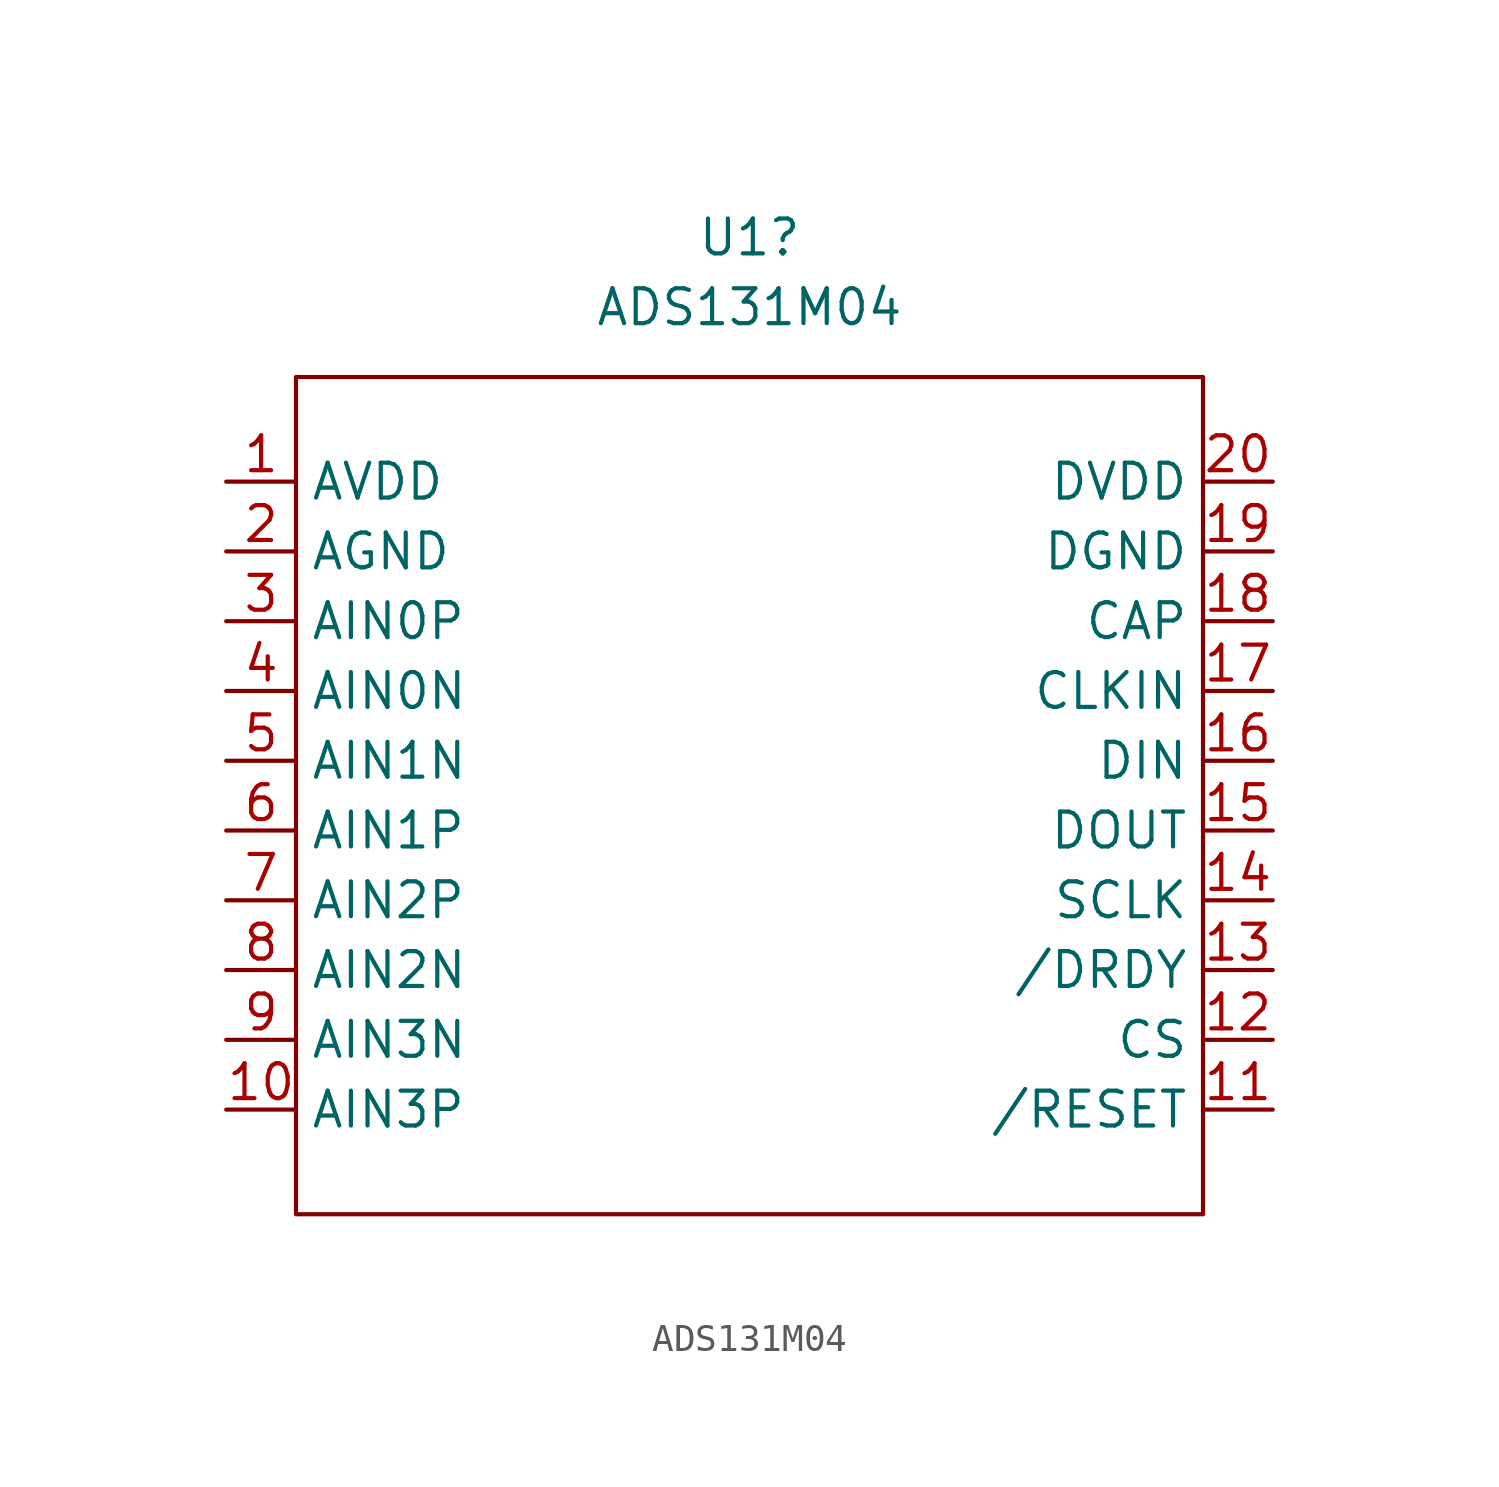
<source format=kicad_sym>
(kicad_symbol_lib
  (version 20220914)
  (generator kicad_symbol_editor)
  (symbol "ADS131M04"
    (property "Reference" "U1"
      (at 0 20.32 0)
      (effects (font (size 1.27 1.27))))
    (property "Value" "ADS131M04"
      (at 0 17.78 0)
      (effects (font (size 1.27 1.27))))
    (symbol "ADS131M04_0_1"
      (rectangle (start -16.51 15.24) (end 16.51 -15.24) (stroke (width 0) (type default)) (fill (type none))))
    (symbol "ADS131M04_1_1"
      (pin power_in line (at -19.05 11.43 0) (length 2.54) (name "AVDD" (effects (font (size 1.27 1.27)))) (number "1" (effects (font (size 1.27 1.27)))))
      (pin input line (at -19.05 -11.43 0) (length 2.54) (name "AIN3P" (effects (font (size 1.27 1.27)))) (number "10" (effects (font (size 1.27 1.27)))))
      (pin input line (at 19.05 -11.43 180) (length 2.54) (name "/RESET" (effects (font (size 1.27 1.27)))) (number "11" (effects (font (size 1.27 1.27)))))
      (pin input line (at 19.05 -8.89 180) (length 2.54) (name "CS" (effects (font (size 1.27 1.27)))) (number "12" (effects (font (size 1.27 1.27)))))
      (pin output line (at 19.05 -6.35 180) (length 2.54) (name "/DRDY" (effects (font (size 1.27 1.27)))) (number "13" (effects (font (size 1.27 1.27)))))
      (pin input line (at 19.05 -3.81 180) (length 2.54) (name "SCLK" (effects (font (size 1.27 1.27)))) (number "14" (effects (font (size 1.27 1.27)))))
      (pin output line (at 19.05 -1.27 180) (length 2.54) (name "DOUT" (effects (font (size 1.27 1.27)))) (number "15" (effects (font (size 1.27 1.27)))))
      (pin input line (at 19.05 1.27 180) (length 2.54) (name "DIN" (effects (font (size 1.27 1.27)))) (number "16" (effects (font (size 1.27 1.27)))))
      (pin input line (at 19.05 3.81 180) (length 2.54) (name "CLKIN" (effects (font (size 1.27 1.27)))) (number "17" (effects (font (size 1.27 1.27)))))
      (pin passive line (at 19.05 6.35 180) (length 2.54) (name "CAP" (effects (font (size 1.27 1.27)))) (number "18" (effects (font (size 1.27 1.27)))))
      (pin power_in line (at 19.05 8.89 180) (length 2.54) (name "DGND" (effects (font (size 1.27 1.27)))) (number "19" (effects (font (size 1.27 1.27)))))
      (pin power_in line (at -19.05 8.89 0) (length 2.54) (name "AGND" (effects (font (size 1.27 1.27)))) (number "2" (effects (font (size 1.27 1.27)))))
      (pin power_in line (at 19.05 11.43 180) (length 2.54) (name "DVDD" (effects (font (size 1.27 1.27)))) (number "20" (effects (font (size 1.27 1.27)))))
      (pin input line (at -19.05 6.35 0) (length 2.54) (name "AIN0P" (effects (font (size 1.27 1.27)))) (number "3" (effects (font (size 1.27 1.27)))))
      (pin input line (at -19.05 3.81 0) (length 2.54) (name "AIN0N" (effects (font (size 1.27 1.27)))) (number "4" (effects (font (size 1.27 1.27)))))
      (pin input line (at -19.05 1.27 0) (length 2.54) (name "AIN1N" (effects (font (size 1.27 1.27)))) (number "5" (effects (font (size 1.27 1.27)))))
      (pin input line (at -19.05 -1.27 0) (length 2.54) (name "AIN1P" (effects (font (size 1.27 1.27)))) (number "6" (effects (font (size 1.27 1.27)))))
      (pin input line (at -19.05 -3.81 0) (length 2.54) (name "AIN2P" (effects (font (size 1.27 1.27)))) (number "7" (effects (font (size 1.27 1.27)))))
      (pin input line (at -19.05 -6.35 0) (length 2.54) (name "AIN2N" (effects (font (size 1.27 1.27)))) (number "8" (effects (font (size 1.27 1.27)))))
      (pin input line (at -19.05 -8.89 0) (length 2.54) (name "AIN3N" (effects (font (size 1.27 1.27)))) (number "9" (effects (font (size 1.27 1.27))))))))
</source>
